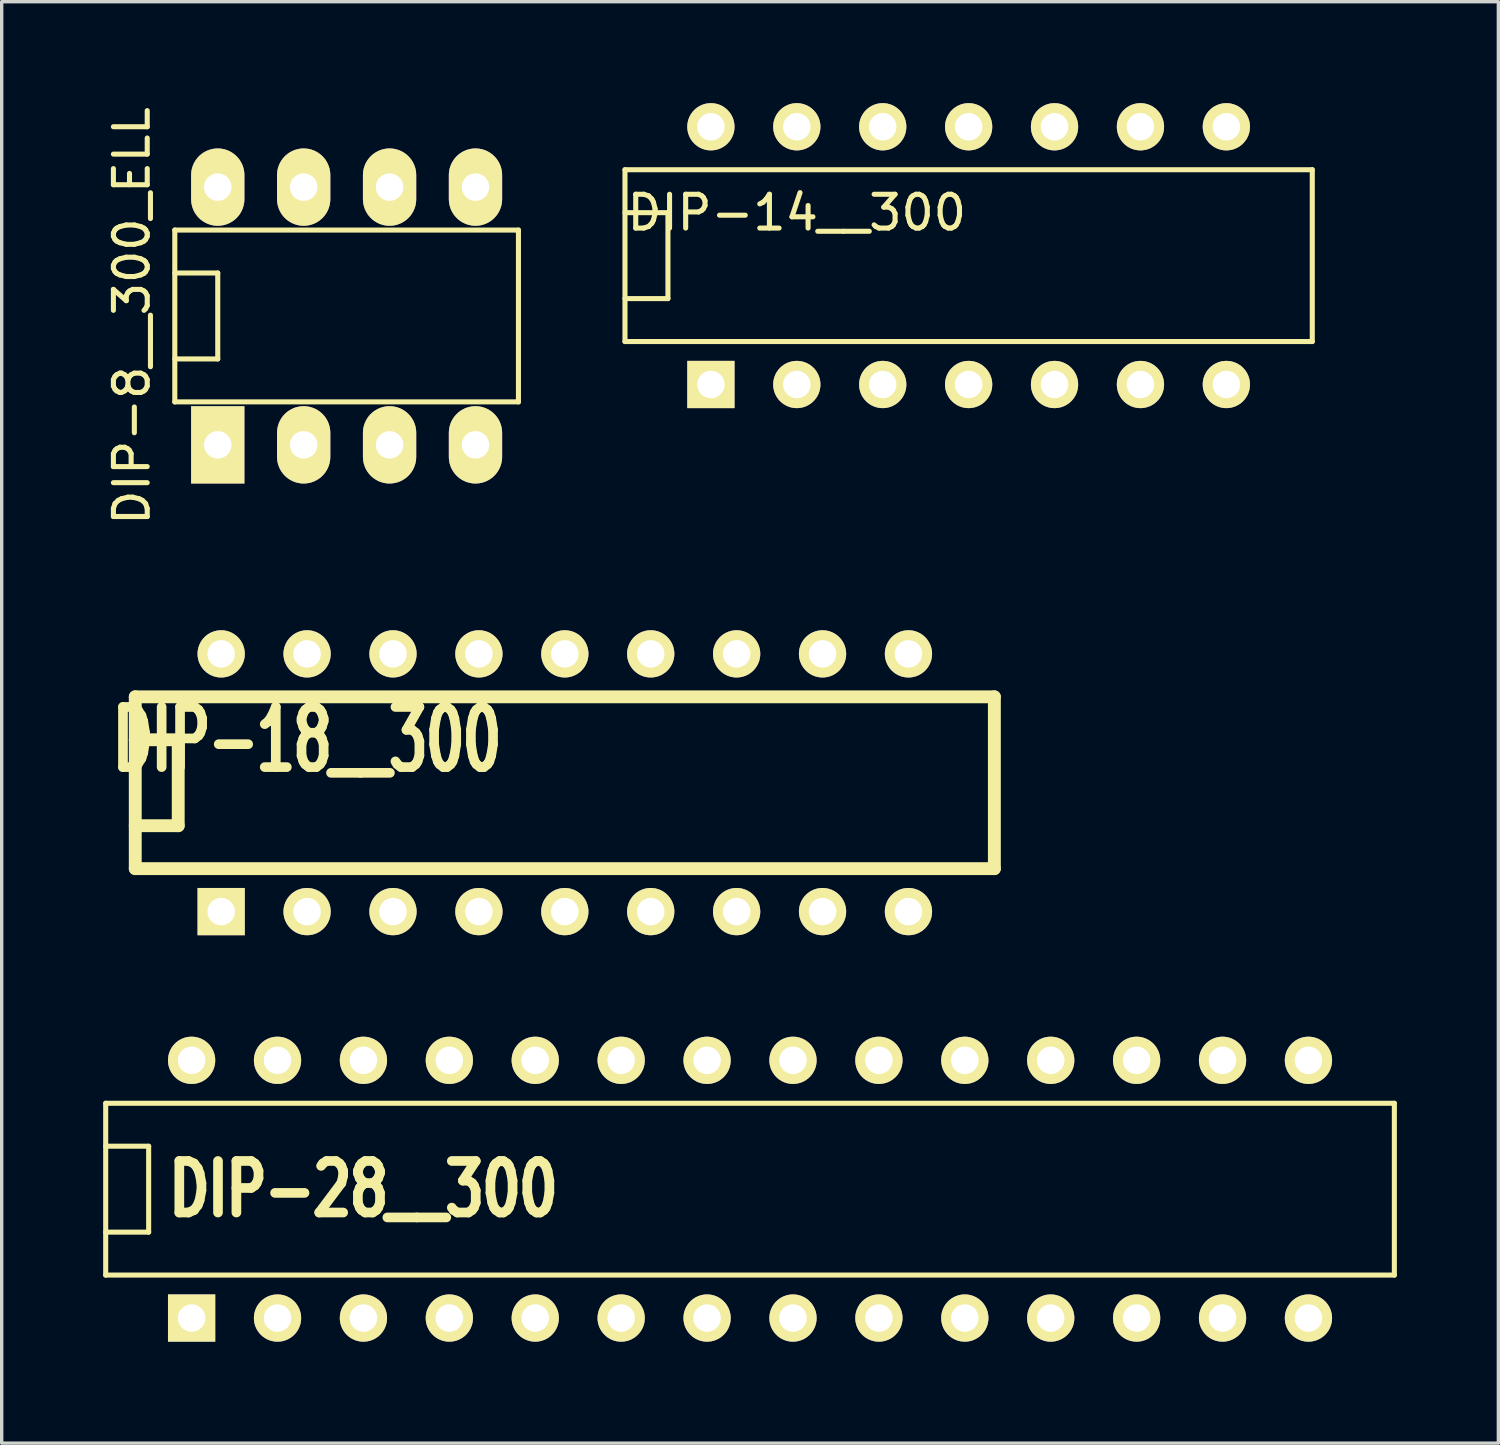
<source format=kicad_pcb>
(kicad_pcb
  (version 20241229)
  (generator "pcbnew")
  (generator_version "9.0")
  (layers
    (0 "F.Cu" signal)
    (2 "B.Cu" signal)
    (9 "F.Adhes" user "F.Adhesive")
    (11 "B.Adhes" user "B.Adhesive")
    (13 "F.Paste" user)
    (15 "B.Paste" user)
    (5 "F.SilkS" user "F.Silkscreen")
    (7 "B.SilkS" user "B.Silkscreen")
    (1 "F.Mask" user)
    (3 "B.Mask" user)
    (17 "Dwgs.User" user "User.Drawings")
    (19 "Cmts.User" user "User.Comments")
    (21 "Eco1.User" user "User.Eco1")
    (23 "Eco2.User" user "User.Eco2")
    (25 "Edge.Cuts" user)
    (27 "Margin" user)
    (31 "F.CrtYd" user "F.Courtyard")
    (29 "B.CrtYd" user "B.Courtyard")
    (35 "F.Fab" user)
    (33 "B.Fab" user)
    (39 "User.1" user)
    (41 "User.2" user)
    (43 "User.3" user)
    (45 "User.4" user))
  (footprint "DIP-18__300"
    (layer "F.Cu")
    (at 13.649 20.092)
    (property "Reference" "DIP-18__300" (at -7.62 -1.27 0) (layer "F.SilkS") (effects (font (size 1.778 1.143) (thickness 0.305))))
    (attr through_hole)
    (fp_line (start -12.7 -2.54) (end 12.7 -2.54) (stroke (width 0.381) (type solid)) (layer "F.SilkS"))
    (fp_line (start -12.7 -1.27) (end -11.43 -1.27) (stroke (width 0.381) (type solid)) (layer "F.SilkS"))
    (fp_line (start -12.7 2.54) (end -12.7 -2.54) (stroke (width 0.381) (type solid)) (layer "F.SilkS"))
    (fp_line (start -11.43 -1.27) (end -11.43 1.27) (stroke (width 0.381) (type solid)) (layer "F.SilkS"))
    (fp_line (start -11.43 1.27) (end -12.7 1.27) (stroke (width 0.381) (type solid)) (layer "F.SilkS"))
    (fp_line (start 12.7 -2.54) (end 12.7 2.54) (stroke (width 0.381) (type solid)) (layer "F.SilkS"))
    (fp_line (start 12.7 2.54) (end -12.7 2.54) (stroke (width 0.381) (type solid)) (layer "F.SilkS"))
    (pad "1" thru_hole rect (at -10.16 3.81) (size 1.397 1.397) (drill 0.813) (layers "*.Cu" "*.Mask" "F.SilkS"))
    (pad "2" thru_hole circle (at -7.62 3.81) (size 1.397 1.397) (drill 0.813) (layers "*.Cu" "*.Mask" "F.SilkS"))
    (pad "3" thru_hole circle (at -5.08 3.81) (size 1.397 1.397) (drill 0.813) (layers "*.Cu" "*.Mask" "F.SilkS"))
    (pad "4" thru_hole circle (at -2.54 3.81) (size 1.397 1.397) (drill 0.813) (layers "*.Cu" "*.Mask" "F.SilkS"))
    (pad "5" thru_hole circle (at 0 3.81) (size 1.397 1.397) (drill 0.813) (layers "*.Cu" "*.Mask" "F.SilkS"))
    (pad "6" thru_hole circle (at 2.54 3.81) (size 1.397 1.397) (drill 0.813) (layers "*.Cu" "*.Mask" "F.SilkS"))
    (pad "7" thru_hole circle (at 5.08 3.81) (size 1.397 1.397) (drill 0.813) (layers "*.Cu" "*.Mask" "F.SilkS"))
    (pad "8" thru_hole circle (at 7.62 3.81) (size 1.397 1.397) (drill 0.813) (layers "*.Cu" "*.Mask" "F.SilkS"))
    (pad "9" thru_hole circle (at 10.16 3.81) (size 1.397 1.397) (drill 0.813) (layers "*.Cu" "*.Mask" "F.SilkS"))
    (pad "10" thru_hole circle (at 10.16 -3.81) (size 1.397 1.397) (drill 0.813) (layers "*.Cu" "*.Mask" "F.SilkS"))
    (pad "11" thru_hole circle (at 7.62 -3.81) (size 1.397 1.397) (drill 0.813) (layers "*.Cu" "*.Mask" "F.SilkS"))
    (pad "12" thru_hole circle (at 5.08 -3.81) (size 1.397 1.397) (drill 0.813) (layers "*.Cu" "*.Mask" "F.SilkS"))
    (pad "13" thru_hole circle (at 2.54 -3.81) (size 1.397 1.397) (drill 0.813) (layers "*.Cu" "*.Mask" "F.SilkS"))
    (pad "14" thru_hole circle (at 0 -3.81) (size 1.397 1.397) (drill 0.813) (layers "*.Cu" "*.Mask" "F.SilkS"))
    (pad "15" thru_hole circle (at -2.54 -3.81) (size 1.397 1.397) (drill 0.813) (layers "*.Cu" "*.Mask" "F.SilkS"))
    (pad "16" thru_hole circle (at -5.08 -3.81) (size 1.397 1.397) (drill 0.813) (layers "*.Cu" "*.Mask" "F.SilkS"))
    (pad "17" thru_hole circle (at -7.62 -3.81) (size 1.397 1.397) (drill 0.813) (layers "*.Cu" "*.Mask" "F.SilkS"))
    (pad "18" thru_hole circle (at -10.16 -3.81) (size 1.397 1.397) (drill 0.813) (layers "*.Cu" "*.Mask" "F.SilkS")))
  (footprint "DIP-14__300"
    (layer "F.Cu")
    (at 25.588 4.508)
    (property "Reference" "DIP-14__300" (at -5.08 -1.27 0) (layer "F.SilkS") (effects (font (size 1 1) (thickness 0.15))))
    (attr through_hole)
    (fp_line (start -10.16 -2.54) (end 10.16 -2.54) (stroke (width 0.15) (type solid)) (layer "F.SilkS"))
    (fp_line (start -10.16 -1.27) (end -8.89 -1.27) (stroke (width 0.15) (type solid)) (layer "F.SilkS"))
    (fp_line (start -10.16 2.54) (end -10.16 -2.54) (stroke (width 0.15) (type solid)) (layer "F.SilkS"))
    (fp_line (start -8.89 -1.27) (end -8.89 1.27) (stroke (width 0.15) (type solid)) (layer "F.SilkS"))
    (fp_line (start -8.89 1.27) (end -10.16 1.27) (stroke (width 0.15) (type solid)) (layer "F.SilkS"))
    (fp_line (start 10.16 -2.54) (end 10.16 2.54) (stroke (width 0.15) (type solid)) (layer "F.SilkS"))
    (fp_line (start 10.16 2.54) (end -10.16 2.54) (stroke (width 0.15) (type solid)) (layer "F.SilkS"))
    (pad "1" thru_hole rect (at -7.62 3.81) (size 1.397 1.397) (drill 0.813) (layers "*.Cu" "*.Mask" "F.SilkS"))
    (pad "2" thru_hole circle (at -5.08 3.81) (size 1.397 1.397) (drill 0.813) (layers "*.Cu" "*.Mask" "F.SilkS"))
    (pad "3" thru_hole circle (at -2.54 3.81) (size 1.397 1.397) (drill 0.813) (layers "*.Cu" "*.Mask" "F.SilkS"))
    (pad "4" thru_hole circle (at 0 3.81) (size 1.397 1.397) (drill 0.813) (layers "*.Cu" "*.Mask" "F.SilkS"))
    (pad "5" thru_hole circle (at 2.54 3.81) (size 1.397 1.397) (drill 0.813) (layers "*.Cu" "*.Mask" "F.SilkS"))
    (pad "6" thru_hole circle (at 5.08 3.81) (size 1.397 1.397) (drill 0.813) (layers "*.Cu" "*.Mask" "F.SilkS"))
    (pad "7" thru_hole circle (at 7.62 3.81) (size 1.397 1.397) (drill 0.813) (layers "*.Cu" "*.Mask" "F.SilkS"))
    (pad "8" thru_hole circle (at 7.62 -3.81) (size 1.397 1.397) (drill 0.813) (layers "*.Cu" "*.Mask" "F.SilkS"))
    (pad "9" thru_hole circle (at 5.08 -3.81) (size 1.397 1.397) (drill 0.813) (layers "*.Cu" "*.Mask" "F.SilkS"))
    (pad "10" thru_hole circle (at 2.54 -3.81) (size 1.397 1.397) (drill 0.813) (layers "*.Cu" "*.Mask" "F.SilkS"))
    (pad "11" thru_hole circle (at 0 -3.81) (size 1.397 1.397) (drill 0.813) (layers "*.Cu" "*.Mask" "F.SilkS"))
    (pad "12" thru_hole circle (at -2.54 -3.81) (size 1.397 1.397) (drill 0.813) (layers "*.Cu" "*.Mask" "F.SilkS"))
    (pad "13" thru_hole circle (at -5.08 -3.81) (size 1.397 1.397) (drill 0.813) (layers "*.Cu" "*.Mask" "F.SilkS"))
    (pad "14" thru_hole circle (at -7.62 -3.81) (size 1.397 1.397) (drill 0.813) (layers "*.Cu" "*.Mask" "F.SilkS")))
  (footprint "DIP-28__300"
    (layer "F.Cu")
    (at 19.125 32.109)
    (property "Reference" "DIP-28__300" (at -11.43 0 0) (layer "F.SilkS") (effects (font (size 1.524 1.143) (thickness 0.305))))
    (attr through_hole)
    (fp_line (start -19.05 -2.54) (end 19.05 -2.54) (stroke (width 0.15) (type solid)) (layer "F.SilkS"))
    (fp_line (start -19.05 -1.27) (end -17.78 -1.27) (stroke (width 0.15) (type solid)) (layer "F.SilkS"))
    (fp_line (start -19.05 2.54) (end -19.05 -2.54) (stroke (width 0.15) (type solid)) (layer "F.SilkS"))
    (fp_line (start -17.78 -1.27) (end -17.78 1.27) (stroke (width 0.15) (type solid)) (layer "F.SilkS"))
    (fp_line (start -17.78 1.27) (end -19.05 1.27) (stroke (width 0.15) (type solid)) (layer "F.SilkS"))
    (fp_line (start 19.05 -2.54) (end 19.05 2.54) (stroke (width 0.15) (type solid)) (layer "F.SilkS"))
    (fp_line (start 19.05 2.54) (end -19.05 2.54) (stroke (width 0.15) (type solid)) (layer "F.SilkS"))
    (pad "1" thru_hole rect (at -16.51 3.81) (size 1.397 1.397) (drill 0.813) (layers "*.Cu" "*.Mask" "F.SilkS"))
    (pad "2" thru_hole circle (at -13.97 3.81) (size 1.397 1.397) (drill 0.813) (layers "*.Cu" "*.Mask" "F.SilkS"))
    (pad "3" thru_hole circle (at -11.43 3.81) (size 1.397 1.397) (drill 0.813) (layers "*.Cu" "*.Mask" "F.SilkS"))
    (pad "4" thru_hole circle (at -8.89 3.81) (size 1.397 1.397) (drill 0.813) (layers "*.Cu" "*.Mask" "F.SilkS"))
    (pad "5" thru_hole circle (at -6.35 3.81) (size 1.397 1.397) (drill 0.813) (layers "*.Cu" "*.Mask" "F.SilkS"))
    (pad "6" thru_hole circle (at -3.81 3.81) (size 1.397 1.397) (drill 0.813) (layers "*.Cu" "*.Mask" "F.SilkS"))
    (pad "7" thru_hole circle (at -1.27 3.81) (size 1.397 1.397) (drill 0.813) (layers "*.Cu" "*.Mask" "F.SilkS"))
    (pad "8" thru_hole circle (at 1.27 3.81) (size 1.397 1.397) (drill 0.813) (layers "*.Cu" "*.Mask" "F.SilkS"))
    (pad "9" thru_hole circle (at 3.81 3.81) (size 1.397 1.397) (drill 0.813) (layers "*.Cu" "*.Mask" "F.SilkS"))
    (pad "10" thru_hole circle (at 6.35 3.81) (size 1.397 1.397) (drill 0.813) (layers "*.Cu" "*.Mask" "F.SilkS"))
    (pad "11" thru_hole circle (at 8.89 3.81) (size 1.397 1.397) (drill 0.813) (layers "*.Cu" "*.Mask" "F.SilkS"))
    (pad "12" thru_hole circle (at 11.43 3.81) (size 1.397 1.397) (drill 0.813) (layers "*.Cu" "*.Mask" "F.SilkS"))
    (pad "13" thru_hole circle (at 13.97 3.81) (size 1.397 1.397) (drill 0.813) (layers "*.Cu" "*.Mask" "F.SilkS"))
    (pad "14" thru_hole circle (at 16.51 3.81) (size 1.397 1.397) (drill 0.813) (layers "*.Cu" "*.Mask" "F.SilkS"))
    (pad "15" thru_hole circle (at 16.51 -3.81) (size 1.397 1.397) (drill 0.813) (layers "*.Cu" "*.Mask" "F.SilkS"))
    (pad "16" thru_hole circle (at 13.97 -3.81) (size 1.397 1.397) (drill 0.813) (layers "*.Cu" "*.Mask" "F.SilkS"))
    (pad "17" thru_hole circle (at 11.43 -3.81) (size 1.397 1.397) (drill 0.813) (layers "*.Cu" "*.Mask" "F.SilkS"))
    (pad "18" thru_hole circle (at 8.89 -3.81) (size 1.397 1.397) (drill 0.813) (layers "*.Cu" "*.Mask" "F.SilkS"))
    (pad "19" thru_hole circle (at 6.35 -3.81) (size 1.397 1.397) (drill 0.813) (layers "*.Cu" "*.Mask" "F.SilkS"))
    (pad "20" thru_hole circle (at 3.81 -3.81) (size 1.397 1.397) (drill 0.813) (layers "*.Cu" "*.Mask" "F.SilkS"))
    (pad "21" thru_hole circle (at 1.27 -3.81) (size 1.397 1.397) (drill 0.813) (layers "*.Cu" "*.Mask" "F.SilkS"))
    (pad "22" thru_hole circle (at -1.27 -3.81) (size 1.397 1.397) (drill 0.813) (layers "*.Cu" "*.Mask" "F.SilkS"))
    (pad "23" thru_hole circle (at -3.81 -3.81) (size 1.397 1.397) (drill 0.813) (layers "*.Cu" "*.Mask" "F.SilkS"))
    (pad "24" thru_hole circle (at -6.35 -3.81) (size 1.397 1.397) (drill 0.813) (layers "*.Cu" "*.Mask" "F.SilkS"))
    (pad "25" thru_hole circle (at -8.89 -3.81) (size 1.397 1.397) (drill 0.813) (layers "*.Cu" "*.Mask" "F.SilkS"))
    (pad "26" thru_hole circle (at -11.43 -3.81) (size 1.397 1.397) (drill 0.813) (layers "*.Cu" "*.Mask" "F.SilkS"))
    (pad "27" thru_hole circle (at -13.97 -3.81) (size 1.397 1.397) (drill 0.813) (layers "*.Cu" "*.Mask" "F.SilkS"))
    (pad "28" thru_hole circle (at -16.51 -3.81) (size 1.397 1.397) (drill 0.813) (layers "*.Cu" "*.Mask" "F.SilkS")))
  (footprint "DIP-8__300_ELL"
    (layer "F.Cu")
    (at 7.198 6.292)
    (property "Reference" "DIP-8__300_ELL" (at -6.35 0 90) (layer "F.SilkS") (effects (font (size 1 1) (thickness 0.15))))
    (attr through_hole)
    (fp_line (start -5.08 -2.54) (end 5.08 -2.54) (stroke (width 0.15) (type solid)) (layer "F.SilkS"))
    (fp_line (start -5.08 -1.27) (end -3.81 -1.27) (stroke (width 0.15) (type solid)) (layer "F.SilkS"))
    (fp_line (start -5.08 2.54) (end -5.08 -2.54) (stroke (width 0.15) (type solid)) (layer "F.SilkS"))
    (fp_line (start -3.81 -1.27) (end -3.81 1.27) (stroke (width 0.15) (type solid)) (layer "F.SilkS"))
    (fp_line (start -3.81 1.27) (end -5.08 1.27) (stroke (width 0.15) (type solid)) (layer "F.SilkS"))
    (fp_line (start 5.08 -2.54) (end 5.08 2.54) (stroke (width 0.15) (type solid)) (layer "F.SilkS"))
    (fp_line (start 5.08 2.54) (end -5.08 2.54) (stroke (width 0.15) (type solid)) (layer "F.SilkS"))
    (pad "1" thru_hole rect (at -3.81 3.81) (size 1.575 2.286) (drill 0.813) (layers "*.Cu" "*.Mask" "F.SilkS"))
    (pad "2" thru_hole oval (at -1.27 3.81) (size 1.575 2.286) (drill 0.813) (layers "*.Cu" "*.Mask" "F.SilkS"))
    (pad "3" thru_hole oval (at 1.27 3.81) (size 1.575 2.286) (drill 0.813) (layers "*.Cu" "*.Mask" "F.SilkS"))
    (pad "4" thru_hole oval (at 3.81 3.81) (size 1.575 2.286) (drill 0.813) (layers "*.Cu" "*.Mask" "F.SilkS"))
    (pad "5" thru_hole oval (at 3.81 -3.81) (size 1.575 2.286) (drill 0.813) (layers "*.Cu" "*.Mask" "F.SilkS"))
    (pad "6" thru_hole oval (at 1.27 -3.81) (size 1.575 2.286) (drill 0.813) (layers "*.Cu" "*.Mask" "F.SilkS"))
    (pad "7" thru_hole oval (at -1.27 -3.81) (size 1.575 2.286) (drill 0.813) (layers "*.Cu" "*.Mask" "F.SilkS"))
    (pad "8" thru_hole oval (at -3.81 -3.81) (size 1.575 2.286) (drill 0.813) (layers "*.Cu" "*.Mask" "F.SilkS")))
  (gr_rect
    (start -3 -3)
    (end 41.25 39.617)
    (stroke (width 0.1) (type default))
    (fill no)
    (layer "Edge.Cuts")))
</source>
